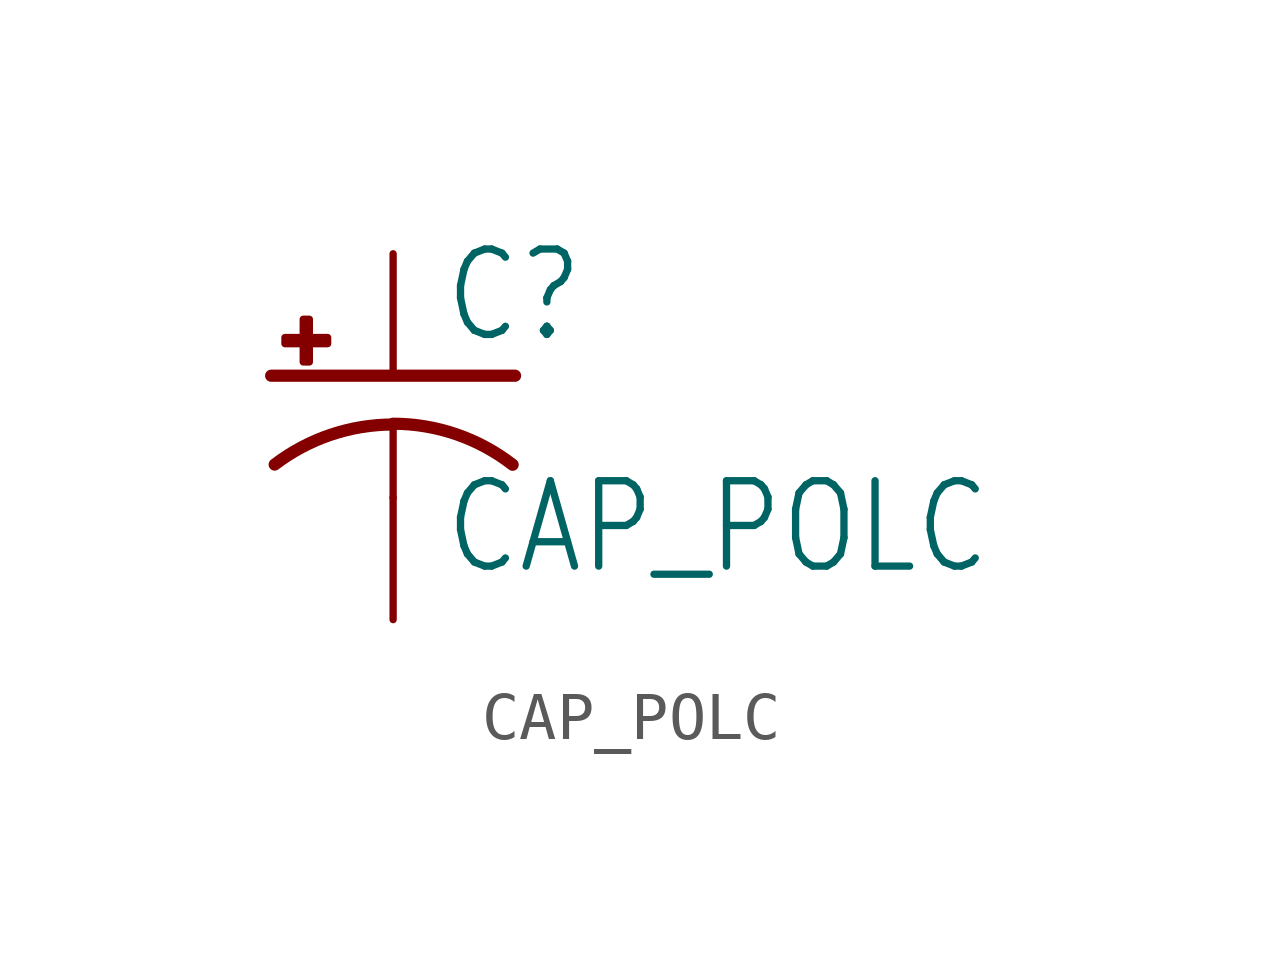
<source format=kicad_sym>
(kicad_symbol_lib
  (version 20211014)
  (generator kicad_symbol_editor)
  (symbol "CAP_POLC"
    (property "Reference" "C"
      (at 1.016 0.635 0)
      (effects (font (size 1.778 1.511)) (justify left bottom)))
    (property "Value" "CAP_POLC"
      (at 1.016 -4.191 0)
      (effects (font (size 1.778 1.511)) (justify left bottom)))
    (property "ki_locked" ""
      (at 0 0 0)
      (effects (font (size 1.27 1.27))))
    (symbol "CAP_POLC_1_0"
      (rectangle (start -2.253 0.668) (end -1.364 0.795) (stroke (width 0) (type default) (color 0 0 0 0)) (fill (type outline)))
      (rectangle (start -1.872 0.287) (end -1.745 1.176) (stroke (width 0) (type default) (color 0 0 0 0)) (fill (type outline)))
      (arc (start 0 -1.0161) (mid -1.3021 -1.2302) (end -2.4669 -1.8504) (stroke (width 0.254) (type default) (color 0 0 0 0)) (fill (type none)))
      (polyline (pts (xy -2.54 0) (xy 2.54 0)) (stroke (width 0.254) (type default) (color 0 0 0 0)) (fill (type none)))
      (polyline (pts (xy 0 -1.016) (xy 0 -2.54)) (stroke (width 0.152) (type default) (color 0 0 0 0)) (fill (type none)))
      (arc (start 2.4892 -1.8542) (mid 1.3158 -1.2195) (end 0 -1) (stroke (width 0.254) (type default) (color 0 0 0 0)) (fill (type none)))
      (pin passive line (at 0 2.54 270) (length 2.54) (name "+" (effects (font (size 0 0)))) (number "+" (effects (font (size 0 0)))))
      (pin passive line (at 0 -5.08 90) (length 2.54) (name "-" (effects (font (size 0 0)))) (number "-" (effects (font (size 0 0))))))))
</source>
